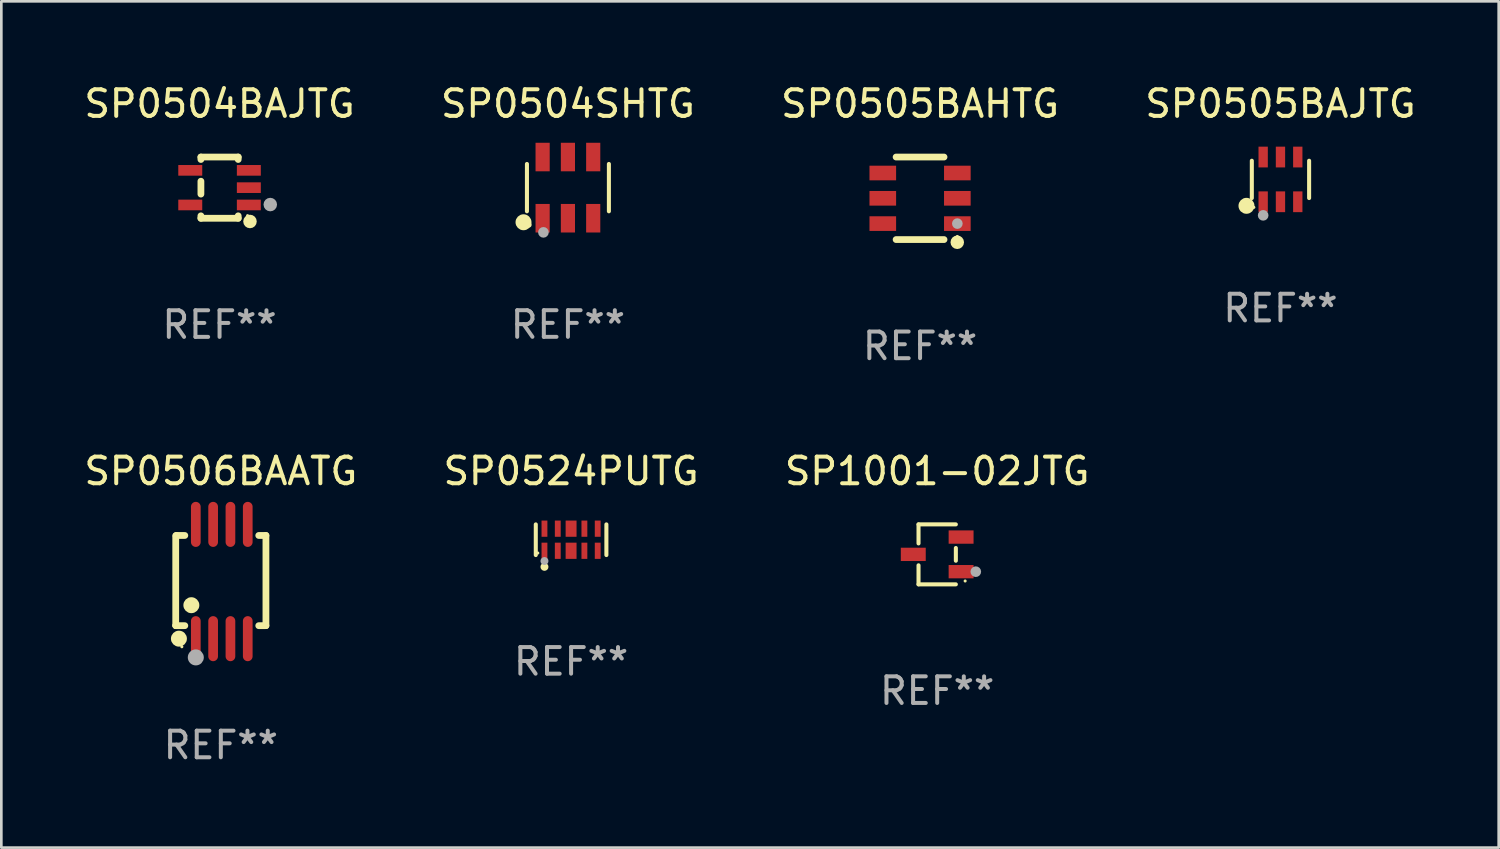
<source format=kicad_pcb>
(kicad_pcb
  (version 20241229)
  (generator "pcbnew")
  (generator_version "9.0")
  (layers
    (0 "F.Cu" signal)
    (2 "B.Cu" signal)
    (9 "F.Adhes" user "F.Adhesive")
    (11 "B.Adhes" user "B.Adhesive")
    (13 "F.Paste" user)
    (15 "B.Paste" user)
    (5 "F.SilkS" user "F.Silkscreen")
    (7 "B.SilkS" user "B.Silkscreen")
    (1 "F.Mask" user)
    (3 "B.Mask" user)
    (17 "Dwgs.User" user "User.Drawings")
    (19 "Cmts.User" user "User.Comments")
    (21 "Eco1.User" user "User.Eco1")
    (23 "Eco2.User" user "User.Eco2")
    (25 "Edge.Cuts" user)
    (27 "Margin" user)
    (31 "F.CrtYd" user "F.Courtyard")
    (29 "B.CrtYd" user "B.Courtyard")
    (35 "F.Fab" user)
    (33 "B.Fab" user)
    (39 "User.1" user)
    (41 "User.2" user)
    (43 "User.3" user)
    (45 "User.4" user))
  (footprint "SP0505BAJTG"
    (layer "F.Cu")
    (at 45.042 3.688)
    (property "Reference" "SP0505BAJTG" (at 0 -2.84 0) (layer "F.SilkS") (effects (font (size 1 1) (thickness 0.15))))
    (attr through_hole)
    (fp_line (start -1.076 0.701) (end -1.076 -0.701) (stroke (width 0.152) (type solid)) (layer "F.SilkS"))
    (fp_line (start 1.076 0.701) (end 1.076 -0.701) (stroke (width 0.152) (type solid)) (layer "F.SilkS"))
    (fp_circle (center -1.277 0.992) (end -1.127 0.992) (stroke (width 0.3) (type solid)) (fill no) (layer "F.SilkS"))
    (fp_circle (center -1 1.05) (end -0.97 1.05) (stroke (width 0.06) (type solid)) (fill no) (layer "F.SilkS"))
    (fp_circle (center -0.65 1.35) (end -0.55 1.35) (stroke (width 0.2) (type solid)) (fill no) (layer "F.Fab"))
    (fp_text user "REF**" (at 0 4.84 0) (layer "F.Fab") (effects (font (size 1 1) (thickness 0.15))))
    (pad "1" smd rect (at -0.65 0.84) (size 0.35 0.78) (layers "F.Cu" "F.Mask" "F.Paste"))
    (pad "2" smd rect (at 0 0.84) (size 0.35 0.78) (layers "F.Cu" "F.Mask" "F.Paste"))
    (pad "3" smd rect (at 0.65 0.84) (size 0.35 0.78) (layers "F.Cu" "F.Mask" "F.Paste"))
    (pad "4" smd rect (at 0.65 -0.84) (size 0.35 0.78) (layers "F.Cu" "F.Mask" "F.Paste"))
    (pad "5" smd rect (at 0 -0.84) (size 0.35 0.78) (layers "F.Cu" "F.Mask" "F.Paste"))
    (pad "6" smd rect (at -0.65 -0.84) (size 0.35 0.78) (layers "F.Cu" "F.Mask" "F.Paste")))
  (footprint "SP0506BAATG"
    (layer "F.Cu")
    (at 5.244 18.791)
    (property "Reference" "SP0506BAATG" (at 0 -4.146 0) (layer "F.SilkS") (effects (font (size 1 1) (thickness 0.15))))
    (attr through_hole)
    (fp_line (start -1.694 -1.724) (end -1.694 1.652) (stroke (width 0.254) (type solid)) (layer "F.SilkS"))
    (fp_line (start -1.694 1.652) (end -1.688 1.658) (stroke (width 0.254) (type solid)) (layer "F.SilkS"))
    (fp_line (start -1.688 1.658) (end -1.353 1.658) (stroke (width 0.254) (type solid)) (layer "F.SilkS"))
    (fp_line (start -1.661 -1.73) (end -1.681 -1.71) (stroke (width 0.254) (type solid)) (layer "F.SilkS"))
    (fp_line (start -1.353 -1.73) (end -1.661 -1.73) (stroke (width 0.254) (type solid)) (layer "F.SilkS"))
    (fp_line (start 1.424 1.658) (end 1.694 1.658) (stroke (width 0.254) (type solid)) (layer "F.SilkS"))
    (fp_line (start 1.694 -1.73) (end 1.424 -1.73) (stroke (width 0.254) (type solid)) (layer "F.SilkS"))
    (fp_line (start 1.694 1.658) (end 1.694 -1.73) (stroke (width 0.254) (type solid)) (layer "F.SilkS"))
    (fp_circle (center -1.574 2.146) (end -1.424 2.146) (stroke (width 0.3) (type solid)) (fill no) (layer "F.SilkS"))
    (fp_circle (center -1.464 2.45) (end -1.434 2.45) (stroke (width 0.06) (type solid)) (fill no) (layer "F.SilkS"))
    (fp_circle (center -1.107 0.889) (end -0.957 0.889) (stroke (width 0.3) (type solid)) (fill no) (layer "F.SilkS"))
    (fp_circle (center -0.94 2.85) (end -0.789 2.85) (stroke (width 0.3) (type solid)) (fill no) (layer "F.Fab"))
    (fp_text user "REF**" (at 0 6.146 0) (layer "F.Fab") (effects (font (size 1 1) (thickness 0.15))))
    (pad "1" smd oval (at -0.94 2.146) (size 0.364 1.692) (layers "F.Cu" "F.Mask" "F.Paste"))
    (pad "2" smd oval (at -0.289 2.146) (size 0.364 1.692) (layers "F.Cu" "F.Mask" "F.Paste"))
    (pad "3" smd oval (at 0.361 2.146) (size 0.364 1.692) (layers "F.Cu" "F.Mask" "F.Paste"))
    (pad "4" smd oval (at 1.011 2.146) (size 0.364 1.692) (layers "F.Cu" "F.Mask" "F.Paste"))
    (pad "5" smd oval (at 1.011 -2.146) (size 0.364 1.692) (layers "F.Cu" "F.Mask" "F.Paste"))
    (pad "6" smd oval (at 0.361 -2.146) (size 0.364 1.692) (layers "F.Cu" "F.Mask" "F.Paste"))
    (pad "7" smd oval (at -0.289 -2.146) (size 0.364 1.692) (layers "F.Cu" "F.Mask" "F.Paste"))
    (pad "8" smd oval (at -0.94 -2.146) (size 0.364 1.692) (layers "F.Cu" "F.Mask" "F.Paste")))
  (footprint "SP0504BAJTG"
    (layer "F.Cu")
    (at 5.196 3.998)
    (property "Reference" "SP0504BAJTG" (at 0 -3.15 0) (layer "F.SilkS") (effects (font (size 1 1) (thickness 0.15))))
    (attr through_hole)
    (fp_line (start -0.7 -1.15) (end 0.7 -1.15) (stroke (width 0.254) (type solid)) (layer "F.SilkS"))
    (fp_line (start -0.7 -1.058) (end -0.7 -1.15) (stroke (width 0.254) (type solid)) (layer "F.SilkS"))
    (fp_line (start -0.7 0.242) (end -0.7 -0.242) (stroke (width 0.254) (type solid)) (layer "F.SilkS"))
    (fp_line (start -0.7 1.15) (end -0.7 1.058) (stroke (width 0.254) (type solid)) (layer "F.SilkS"))
    (fp_line (start -0.7 1.15) (end 0.7 1.15) (stroke (width 0.254) (type solid)) (layer "F.SilkS"))
    (fp_line (start 0.7 -1.058) (end 0.7 -1.15) (stroke (width 0.254) (type solid)) (layer "F.SilkS"))
    (fp_line (start 0.7 1.15) (end 0.7 1.058) (stroke (width 0.254) (type solid)) (layer "F.SilkS"))
    (fp_circle (center 1.053 1.052) (end 1.083 1.052) (stroke (width 0.06) (type solid)) (fill no) (layer "F.SilkS"))
    (fp_circle (center 1.143 1.27) (end 1.27 1.27) (stroke (width 0.254) (type solid)) (fill no) (layer "F.SilkS"))
    (fp_circle (center 1.905 0.635) (end 2.032 0.635) (stroke (width 0.254) (type solid)) (fill no) (layer "F.Fab"))
    (fp_text user "REF**" (at 0 5.15 0) (layer "F.Fab") (effects (font (size 1 1) (thickness 0.15))))
    (pad "1" smd rect (at 1.1 0.65 90) (size 0.4 0.9) (layers "F.Cu" "F.Mask" "F.Paste"))
    (pad "2" smd rect (at 1.1 0.000025 90) (size 0.4 0.9) (layers "F.Cu" "F.Mask" "F.Paste"))
    (pad "3" smd rect (at 1.1 -0.65 90) (size 0.4 0.9) (layers "F.Cu" "F.Mask" "F.Paste"))
    (pad "4" smd rect (at -1.1 -0.65 90) (size 0.4 0.9) (layers "F.Cu" "F.Mask" "F.Paste"))
    (pad "5" smd rect (at -1.1 0.65 90) (size 0.4 0.9) (layers "F.Cu" "F.Mask" "F.Paste")))
  (footprint "SP0524PUTG"
    (layer "F.Cu")
    (at 18.399 17.221)
    (property "Reference" "SP0524PUTG" (at 0 -2.576 0) (layer "F.SilkS") (effects (font (size 1 1) (thickness 0.15))))
    (attr through_hole)
    (fp_line (start -1.326 0.576) (end -1.326 -0.576) (stroke (width 0.152) (type solid)) (layer "F.SilkS"))
    (fp_line (start 1.326 0.576) (end 1.326 -0.576) (stroke (width 0.152) (type solid)) (layer "F.SilkS"))
    (fp_circle (center -1.25 0.5) (end -1.22 0.5) (stroke (width 0.06) (type solid)) (fill no) (layer "F.SilkS"))
    (fp_circle (center -1 1.019) (end -0.925 1.019) (stroke (width 0.15) (type solid)) (fill no) (layer "F.SilkS"))
    (fp_circle (center -1 0.8) (end -0.925 0.8) (stroke (width 0.15) (type solid)) (fill no) (layer "F.Fab"))
    (fp_text user "REF**" (at 0 4.576 0) (layer "F.Fab") (effects (font (size 1 1) (thickness 0.15))))
    (pad "1" smd rect (at -1 0.415) (size 0.22 0.609) (layers "F.Cu" "F.Mask" "F.Paste"))
    (pad "2" smd rect (at -0.5 0.415) (size 0.22 0.609) (layers "F.Cu" "F.Mask" "F.Paste"))
    (pad "3" smd rect (at 0 0.415) (size 0.41 0.609) (layers "F.Cu" "F.Mask" "F.Paste"))
    (pad "4" smd rect (at 0.5 0.415) (size 0.22 0.609) (layers "F.Cu" "F.Mask" "F.Paste"))
    (pad "5" smd rect (at 1 0.415) (size 0.22 0.609) (layers "F.Cu" "F.Mask" "F.Paste"))
    (pad "6" smd rect (at 1 -0.415) (size 0.22 0.609) (layers "F.Cu" "F.Mask" "F.Paste"))
    (pad "7" smd rect (at 0.5 -0.415) (size 0.22 0.609) (layers "F.Cu" "F.Mask" "F.Paste"))
    (pad "8" smd rect (at 0 -0.415) (size 0.41 0.609) (layers "F.Cu" "F.Mask" "F.Paste"))
    (pad "9" smd rect (at -0.5 -0.415) (size 0.22 0.609) (layers "F.Cu" "F.Mask" "F.Paste"))
    (pad "10" smd rect (at -1 -0.415) (size 0.22 0.609) (layers "F.Cu" "F.Mask" "F.Paste")))
  (footprint "SP0505BAHTG"
    (layer "F.Cu")
    (at 31.506 4.398)
    (property "Reference" "SP0505BAHTG" (at 0 -3.55 0) (layer "F.SilkS") (effects (font (size 1 1) (thickness 0.15))))
    (attr through_hole)
    (fp_line (start -0.9 -1.55) (end 0.9 -1.55) (stroke (width 0.254) (type solid)) (layer "F.SilkS"))
    (fp_line (start -0.9 1.55) (end 0.9 1.55) (stroke (width 0.254) (type solid)) (layer "F.SilkS"))
    (fp_circle (center 1.397 1.651) (end 1.524 1.651) (stroke (width 0.254) (type solid)) (fill no) (layer "F.SilkS"))
    (fp_circle (center 1.4 1.435) (end 1.43 1.435) (stroke (width 0.06) (type solid)) (fill no) (layer "F.SilkS"))
    (fp_circle (center 1.4 0.95) (end 1.5 0.95) (stroke (width 0.2) (type solid)) (fill no) (layer "F.Fab"))
    (fp_text user "REF**" (at 0 5.55 0) (layer "F.Fab") (effects (font (size 1 1) (thickness 0.15))))
    (pad "1" smd rect (at 1.4 0.95) (size 1 0.55) (layers "F.Cu" "F.Mask" "F.Paste"))
    (pad "2" smd rect (at 1.4 -0.000102) (size 1 0.55) (layers "F.Cu" "F.Mask" "F.Paste"))
    (pad "3" smd rect (at 1.4 -0.95) (size 1 0.55) (layers "F.Cu" "F.Mask" "F.Paste"))
    (pad "4" smd rect (at -1.4 -0.95) (size 1 0.55) (layers "F.Cu" "F.Mask" "F.Paste"))
    (pad "5" smd rect (at -1.4 -0.000102) (size 1 0.55) (layers "F.Cu" "F.Mask" "F.Paste"))
    (pad "6" smd rect (at -1.4 0.95) (size 1 0.55) (layers "F.Cu" "F.Mask" "F.Paste")))
  (footprint "SP1001-02JTG"
    (layer "F.Cu")
    (at 32.149 17.771)
    (property "Reference" "SP1001-02JTG" (at 0 -3.126 0) (layer "F.SilkS") (effects (font (size 1 1) (thickness 0.15))))
    (attr through_hole)
    (fp_line (start -0.701 -1.126) (end -0.701 -0.411) (stroke (width 0.152) (type solid)) (layer "F.SilkS"))
    (fp_line (start -0.701 1.126) (end -0.701 0.411) (stroke (width 0.152) (type solid)) (layer "F.SilkS"))
    (fp_line (start 0.701 -1.126) (end -0.701 -1.126) (stroke (width 0.152) (type solid)) (layer "F.SilkS"))
    (fp_line (start 0.701 -0.239) (end 0.701 0.239) (stroke (width 0.152) (type solid)) (layer "F.SilkS"))
    (fp_line (start 0.701 1.126) (end -0.701 1.126) (stroke (width 0.152) (type solid)) (layer "F.SilkS"))
    (fp_circle (center 1.05 1) (end 1.08 1) (stroke (width 0.06) (type solid)) (fill no) (layer "F.SilkS"))
    (fp_circle (center 1.45 0.65) (end 1.55 0.65) (stroke (width 0.2) (type solid)) (fill no) (layer "F.Fab"))
    (fp_text user "REF**" (at 0 5.126 0) (layer "F.Fab") (effects (font (size 1 1) (thickness 0.15))))
    (pad "1" smd rect (at 0.898 0.65) (size 0.936 0.5) (layers "F.Cu" "F.Mask" "F.Paste"))
    (pad "2" smd rect (at 0.898 -0.65) (size 0.936 0.5) (layers "F.Cu" "F.Mask" "F.Paste"))
    (pad "3" smd rect (at -0.898 0) (size 0.936 0.5) (layers "F.Cu" "F.Mask" "F.Paste")))
  (footprint "SP0504SHTG"
    (layer "F.Cu")
    (at 18.28 3.997)
    (property "Reference" "SP0504SHTG" (at 0 -3.149 0) (layer "F.SilkS") (effects (font (size 1 1) (thickness 0.15))))
    (attr through_hole)
    (fp_line (start -1.539 0.889) (end -1.539 -0.889) (stroke (width 0.152) (type solid)) (layer "F.SilkS"))
    (fp_line (start 1.539 0.889) (end 1.539 -0.889) (stroke (width 0.152) (type solid)) (layer "F.SilkS"))
    (fp_circle (center -1.668 1.301) (end -1.518 1.301) (stroke (width 0.3) (type solid)) (fill no) (layer "F.SilkS"))
    (fp_circle (center -1.463 1.4) (end -1.413 1.4) (stroke (width 0.1) (type solid)) (fill no) (layer "F.SilkS"))
    (fp_circle (center -0.92 1.68) (end -0.82 1.68) (stroke (width 0.2) (type solid)) (fill no) (layer "F.Fab"))
    (fp_text user "REF**" (at 0 5.149 0) (layer "F.Fab") (effects (font (size 1 1) (thickness 0.15))))
    (pad "1" smd rect (at -0.95 1.149) (size 0.532 1.072) (layers "F.Cu" "F.Mask" "F.Paste"))
    (pad "2" smd rect (at 0 1.149) (size 0.532 1.072) (layers "F.Cu" "F.Mask" "F.Paste"))
    (pad "3" smd rect (at 0.95 1.149) (size 0.532 1.072) (layers "F.Cu" "F.Mask" "F.Paste"))
    (pad "4" smd rect (at 0.95 -1.149) (size 0.532 1.072) (layers "F.Cu" "F.Mask" "F.Paste"))
    (pad "5" smd rect (at 0 -1.149) (size 0.532 1.072) (layers "F.Cu" "F.Mask" "F.Paste"))
    (pad "6" smd rect (at -0.95 -1.149) (size 0.532 1.072) (layers "F.Cu" "F.Mask" "F.Paste")))
  (gr_rect
    (start -3 -3)
    (end 53.238 28.785)
    (stroke (width 0.1) (type default))
    (fill no)
    (layer "Edge.Cuts")))
</source>
